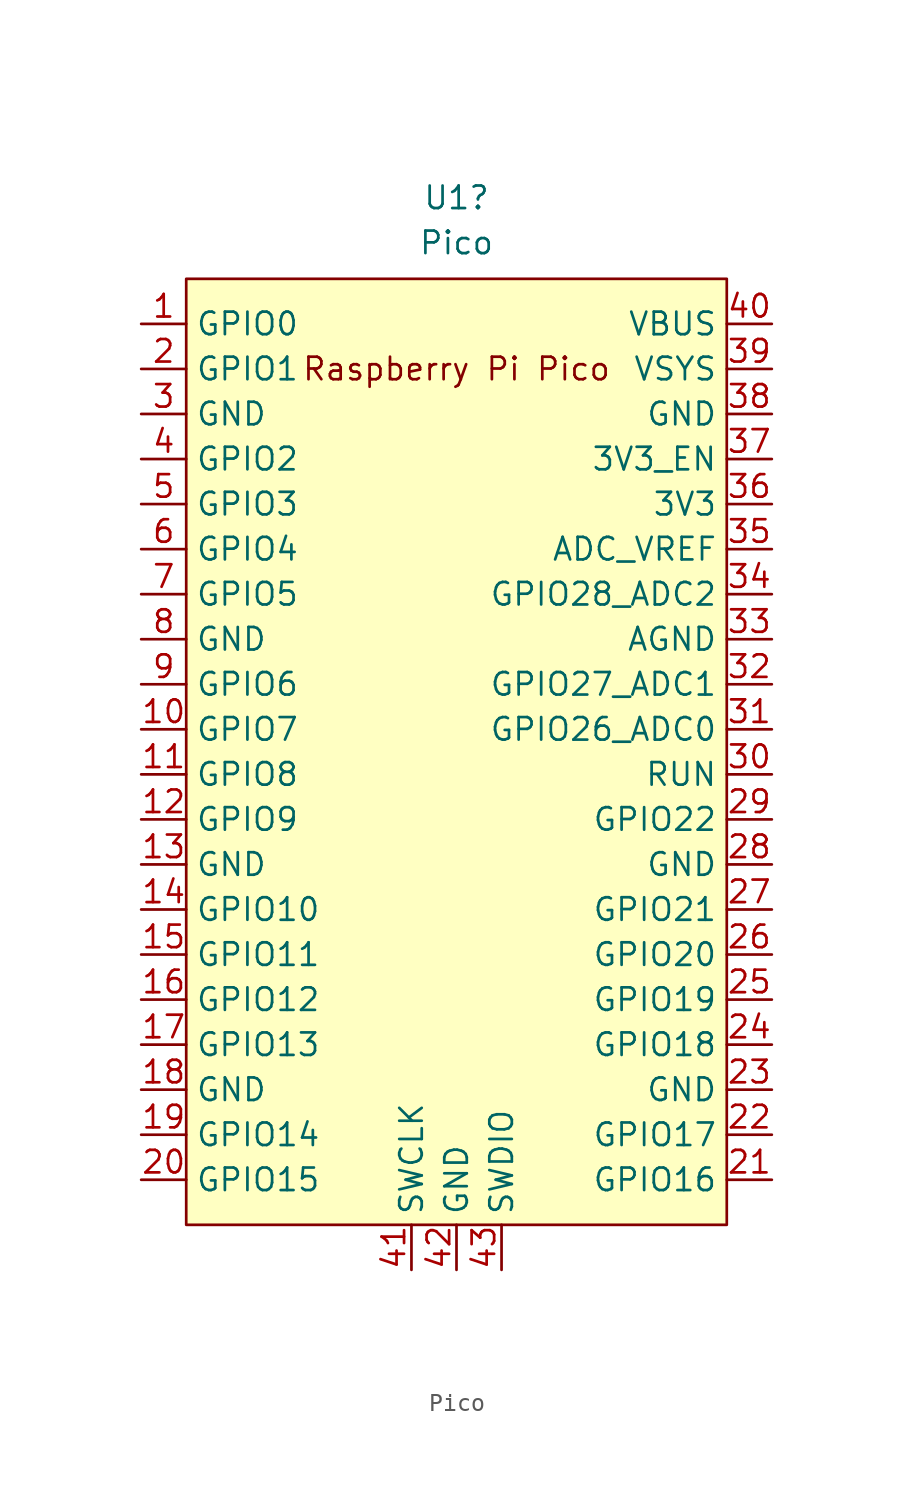
<source format=kicad_sym>
(kicad_symbol_lib
  (version 20211014)
  (generator kicad_symbol_editor)
  (symbol "Pico"
    (property "Reference" "U1"
      (at 0 31.242 0)
      (effects (font (size 1.27 1.27))))
    (property "Value" "Pico"
      (at 0 28.702 0)
      (effects (font (size 1.27 1.27))))
    (symbol "Pico_0_0"
      (text "Raspberry Pi Pico" (at 0 21.59 0) (effects (font (size 1.27 1.27)))))
    (symbol "Pico_0_1"
      (rectangle (start -15.24 26.67) (end 15.24 -26.67) (stroke (width 0) (type default) (color 0 0 0 0)) (fill (type background))))
    (symbol "Pico_1_1"
      (pin bidirectional line (at -17.78 24.13 0) (length 2.54) (name "GPIO0" (effects (font (size 1.27 1.27)))) (number "1" (effects (font (size 1.27 1.27)))))
      (pin bidirectional line (at -17.78 1.27 0) (length 2.54) (name "GPIO7" (effects (font (size 1.27 1.27)))) (number "10" (effects (font (size 1.27 1.27)))))
      (pin bidirectional line (at -17.78 -1.27 0) (length 2.54) (name "GPIO8" (effects (font (size 1.27 1.27)))) (number "11" (effects (font (size 1.27 1.27)))))
      (pin bidirectional line (at -17.78 -3.81 0) (length 2.54) (name "GPIO9" (effects (font (size 1.27 1.27)))) (number "12" (effects (font (size 1.27 1.27)))))
      (pin power_in line (at -17.78 -6.35 0) (length 2.54) (name "GND" (effects (font (size 1.27 1.27)))) (number "13" (effects (font (size 1.27 1.27)))))
      (pin bidirectional line (at -17.78 -8.89 0) (length 2.54) (name "GPIO10" (effects (font (size 1.27 1.27)))) (number "14" (effects (font (size 1.27 1.27)))))
      (pin bidirectional line (at -17.78 -11.43 0) (length 2.54) (name "GPIO11" (effects (font (size 1.27 1.27)))) (number "15" (effects (font (size 1.27 1.27)))))
      (pin bidirectional line (at -17.78 -13.97 0) (length 2.54) (name "GPIO12" (effects (font (size 1.27 1.27)))) (number "16" (effects (font (size 1.27 1.27)))))
      (pin bidirectional line (at -17.78 -16.51 0) (length 2.54) (name "GPIO13" (effects (font (size 1.27 1.27)))) (number "17" (effects (font (size 1.27 1.27)))))
      (pin power_in line (at -17.78 -19.05 0) (length 2.54) (name "GND" (effects (font (size 1.27 1.27)))) (number "18" (effects (font (size 1.27 1.27)))))
      (pin bidirectional line (at -17.78 -21.59 0) (length 2.54) (name "GPIO14" (effects (font (size 1.27 1.27)))) (number "19" (effects (font (size 1.27 1.27)))))
      (pin bidirectional line (at -17.78 21.59 0) (length 2.54) (name "GPIO1" (effects (font (size 1.27 1.27)))) (number "2" (effects (font (size 1.27 1.27)))))
      (pin bidirectional line (at -17.78 -24.13 0) (length 2.54) (name "GPIO15" (effects (font (size 1.27 1.27)))) (number "20" (effects (font (size 1.27 1.27)))))
      (pin bidirectional line (at 17.78 -24.13 180) (length 2.54) (name "GPIO16" (effects (font (size 1.27 1.27)))) (number "21" (effects (font (size 1.27 1.27)))))
      (pin bidirectional line (at 17.78 -21.59 180) (length 2.54) (name "GPIO17" (effects (font (size 1.27 1.27)))) (number "22" (effects (font (size 1.27 1.27)))))
      (pin power_in line (at 17.78 -19.05 180) (length 2.54) (name "GND" (effects (font (size 1.27 1.27)))) (number "23" (effects (font (size 1.27 1.27)))))
      (pin bidirectional line (at 17.78 -16.51 180) (length 2.54) (name "GPIO18" (effects (font (size 1.27 1.27)))) (number "24" (effects (font (size 1.27 1.27)))))
      (pin bidirectional line (at 17.78 -13.97 180) (length 2.54) (name "GPIO19" (effects (font (size 1.27 1.27)))) (number "25" (effects (font (size 1.27 1.27)))))
      (pin bidirectional line (at 17.78 -11.43 180) (length 2.54) (name "GPIO20" (effects (font (size 1.27 1.27)))) (number "26" (effects (font (size 1.27 1.27)))))
      (pin bidirectional line (at 17.78 -8.89 180) (length 2.54) (name "GPIO21" (effects (font (size 1.27 1.27)))) (number "27" (effects (font (size 1.27 1.27)))))
      (pin power_in line (at 17.78 -6.35 180) (length 2.54) (name "GND" (effects (font (size 1.27 1.27)))) (number "28" (effects (font (size 1.27 1.27)))))
      (pin bidirectional line (at 17.78 -3.81 180) (length 2.54) (name "GPIO22" (effects (font (size 1.27 1.27)))) (number "29" (effects (font (size 1.27 1.27)))))
      (pin power_in line (at -17.78 19.05 0) (length 2.54) (name "GND" (effects (font (size 1.27 1.27)))) (number "3" (effects (font (size 1.27 1.27)))))
      (pin input line (at 17.78 -1.27 180) (length 2.54) (name "RUN" (effects (font (size 1.27 1.27)))) (number "30" (effects (font (size 1.27 1.27)))))
      (pin bidirectional line (at 17.78 1.27 180) (length 2.54) (name "GPIO26_ADC0" (effects (font (size 1.27 1.27)))) (number "31" (effects (font (size 1.27 1.27)))))
      (pin bidirectional line (at 17.78 3.81 180) (length 2.54) (name "GPIO27_ADC1" (effects (font (size 1.27 1.27)))) (number "32" (effects (font (size 1.27 1.27)))))
      (pin power_in line (at 17.78 6.35 180) (length 2.54) (name "AGND" (effects (font (size 1.27 1.27)))) (number "33" (effects (font (size 1.27 1.27)))))
      (pin bidirectional line (at 17.78 8.89 180) (length 2.54) (name "GPIO28_ADC2" (effects (font (size 1.27 1.27)))) (number "34" (effects (font (size 1.27 1.27)))))
      (pin power_in line (at 17.78 11.43 180) (length 2.54) (name "ADC_VREF" (effects (font (size 1.27 1.27)))) (number "35" (effects (font (size 1.27 1.27)))))
      (pin power_in line (at 17.78 13.97 180) (length 2.54) (name "3V3" (effects (font (size 1.27 1.27)))) (number "36" (effects (font (size 1.27 1.27)))))
      (pin input line (at 17.78 16.51 180) (length 2.54) (name "3V3_EN" (effects (font (size 1.27 1.27)))) (number "37" (effects (font (size 1.27 1.27)))))
      (pin power_in line (at 17.78 19.05 180) (length 2.54) (name "GND" (effects (font (size 1.27 1.27)))) (number "38" (effects (font (size 1.27 1.27)))))
      (pin power_in line (at 17.78 21.59 180) (length 2.54) (name "VSYS" (effects (font (size 1.27 1.27)))) (number "39" (effects (font (size 1.27 1.27)))))
      (pin bidirectional line (at -17.78 16.51 0) (length 2.54) (name "GPIO2" (effects (font (size 1.27 1.27)))) (number "4" (effects (font (size 1.27 1.27)))))
      (pin power_in line (at 17.78 24.13 180) (length 2.54) (name "VBUS" (effects (font (size 1.27 1.27)))) (number "40" (effects (font (size 1.27 1.27)))))
      (pin input line (at -2.54 -29.21 90) (length 2.54) (name "SWCLK" (effects (font (size 1.27 1.27)))) (number "41" (effects (font (size 1.27 1.27)))))
      (pin power_in line (at 0 -29.21 90) (length 2.54) (name "GND" (effects (font (size 1.27 1.27)))) (number "42" (effects (font (size 1.27 1.27)))))
      (pin bidirectional line (at 2.54 -29.21 90) (length 2.54) (name "SWDIO" (effects (font (size 1.27 1.27)))) (number "43" (effects (font (size 1.27 1.27)))))
      (pin bidirectional line (at -17.78 13.97 0) (length 2.54) (name "GPIO3" (effects (font (size 1.27 1.27)))) (number "5" (effects (font (size 1.27 1.27)))))
      (pin bidirectional line (at -17.78 11.43 0) (length 2.54) (name "GPIO4" (effects (font (size 1.27 1.27)))) (number "6" (effects (font (size 1.27 1.27)))))
      (pin bidirectional line (at -17.78 8.89 0) (length 2.54) (name "GPIO5" (effects (font (size 1.27 1.27)))) (number "7" (effects (font (size 1.27 1.27)))))
      (pin power_in line (at -17.78 6.35 0) (length 2.54) (name "GND" (effects (font (size 1.27 1.27)))) (number "8" (effects (font (size 1.27 1.27)))))
      (pin bidirectional line (at -17.78 3.81 0) (length 2.54) (name "GPIO6" (effects (font (size 1.27 1.27)))) (number "9" (effects (font (size 1.27 1.27))))))))
</source>
